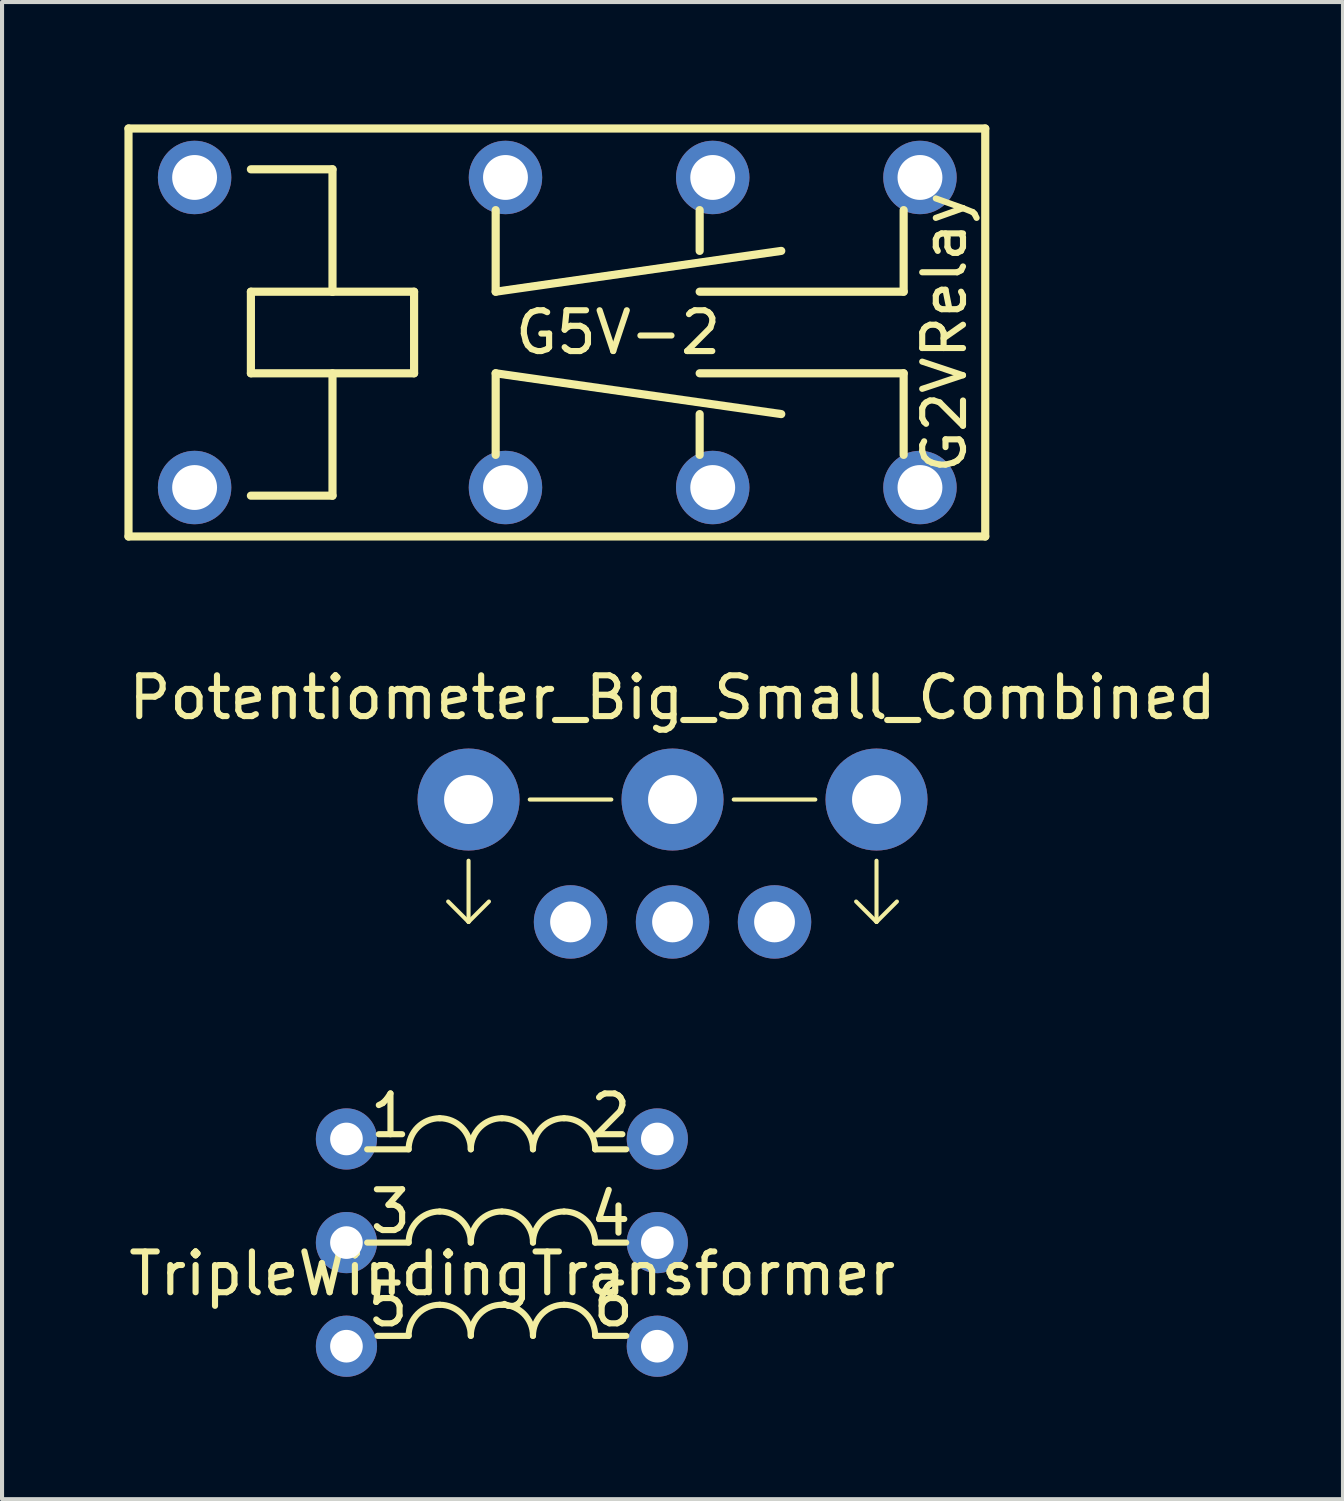
<source format=kicad_pcb>
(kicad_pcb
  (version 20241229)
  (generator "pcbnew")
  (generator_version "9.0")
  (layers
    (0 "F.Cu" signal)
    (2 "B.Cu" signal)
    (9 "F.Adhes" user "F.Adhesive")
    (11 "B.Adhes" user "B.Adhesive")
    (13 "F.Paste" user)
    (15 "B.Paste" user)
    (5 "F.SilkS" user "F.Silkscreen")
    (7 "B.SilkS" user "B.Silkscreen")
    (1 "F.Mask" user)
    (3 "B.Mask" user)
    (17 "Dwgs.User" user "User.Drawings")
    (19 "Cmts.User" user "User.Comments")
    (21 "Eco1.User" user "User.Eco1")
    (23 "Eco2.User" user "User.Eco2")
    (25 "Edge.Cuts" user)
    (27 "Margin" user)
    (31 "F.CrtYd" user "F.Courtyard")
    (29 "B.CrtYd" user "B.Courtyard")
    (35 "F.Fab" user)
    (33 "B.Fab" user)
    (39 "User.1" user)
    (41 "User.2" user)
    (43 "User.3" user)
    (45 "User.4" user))
  (footprint "Potentiometer_Big_Small_Combined"
    (layer "F.Cu")
    (at 13.435 19.548)
    (property "Reference" "Potentiometer_Big_Small_Combined" (at 0 -5.5 0) (layer "F.SilkS") (effects (font (size 1 1) (thickness 0.15))))
    (attr through_hole)
    (fp_line (start -5 -1.5) (end -5 0) (stroke (width 0.1) (type solid)) (layer "F.SilkS"))
    (fp_line (start -5 0) (end -5.5 -0.5) (stroke (width 0.1) (type solid)) (layer "F.SilkS"))
    (fp_line (start -4.5 -0.5) (end -5 0) (stroke (width 0.1) (type solid)) (layer "F.SilkS"))
    (fp_line (start -3.5 -3) (end -1.5 -3) (stroke (width 0.1) (type solid)) (layer "F.SilkS"))
    (fp_line (start 1.5 -3) (end 3.5 -3) (stroke (width 0.1) (type solid)) (layer "F.SilkS"))
    (fp_line (start 5 -1.5) (end 5 0) (stroke (width 0.1) (type solid)) (layer "F.SilkS"))
    (fp_line (start 5 0) (end 4.5 -0.5) (stroke (width 0.1) (type solid)) (layer "F.SilkS"))
    (fp_line (start 5.5 -0.5) (end 5 0) (stroke (width 0.1) (type solid)) (layer "F.SilkS"))
    (pad "1" thru_hole circle (at 2.5 0 90) (size 1.8 1.8) (drill 1) (layers "*.Cu" "*.Mask"))
    (pad "1" thru_hole circle (at 5 -3 90) (size 2.5 2.5) (drill 1.2) (layers "*.Cu" "*.Mask"))
    (pad "2" thru_hole circle (at 0 -3 90) (size 2.5 2.5) (drill 1.2) (layers "*.Cu" "*.Mask"))
    (pad "2" thru_hole circle (at 0 0 90) (size 1.8 1.8) (drill 1) (layers "*.Cu" "*.Mask"))
    (pad "3" thru_hole circle (at -5 -3 90) (size 2.5 2.5) (drill 1.2) (layers "*.Cu" "*.Mask"))
    (pad "3" thru_hole circle (at -2.5 0 90) (size 1.8 1.8) (drill 1) (layers "*.Cu" "*.Mask")))
  (footprint "G2VRelay"
    (layer "F.Cu")
    (at 4.1 5.1)
    (property "Reference" "G2VRelay" (at 16 0 90) (layer "F.SilkS") (effects (font (size 1 1) (thickness 0.15))))
    (attr through_hole)
    (fp_line (start -4 -5) (end -4 5) (stroke (width 0.2) (type solid)) (layer "F.SilkS"))
    (fp_line (start -4 5) (end 17 5) (stroke (width 0.2) (type solid)) (layer "F.SilkS"))
    (fp_line (start -1 -4) (end 1 -4) (stroke (width 0.2) (type solid)) (layer "F.SilkS"))
    (fp_line (start -1 -1) (end -1 1) (stroke (width 0.2) (type solid)) (layer "F.SilkS"))
    (fp_line (start -1 1) (end 3 1) (stroke (width 0.2) (type solid)) (layer "F.SilkS"))
    (fp_line (start -1 4) (end 1 4) (stroke (width 0.2) (type solid)) (layer "F.SilkS"))
    (fp_line (start 1 -4) (end 1 -1) (stroke (width 0.2) (type solid)) (layer "F.SilkS"))
    (fp_line (start 1 -1) (end -1 -1) (stroke (width 0.2) (type solid)) (layer "F.SilkS"))
    (fp_line (start 1 1) (end 1 4) (stroke (width 0.2) (type solid)) (layer "F.SilkS"))
    (fp_line (start 3 -1) (end 1 -1) (stroke (width 0.2) (type solid)) (layer "F.SilkS"))
    (fp_line (start 3 1) (end 3 -1) (stroke (width 0.2) (type solid)) (layer "F.SilkS"))
    (fp_line (start 5 -3) (end 5 -1) (stroke (width 0.2) (type solid)) (layer "F.SilkS"))
    (fp_line (start 5 -1) (end 12 -2) (stroke (width 0.2) (type solid)) (layer "F.SilkS"))
    (fp_line (start 5 1) (end 12 2) (stroke (width 0.2) (type solid)) (layer "F.SilkS"))
    (fp_line (start 5 3) (end 5 1) (stroke (width 0.2) (type solid)) (layer "F.SilkS"))
    (fp_line (start 10 -3) (end 10 -2) (stroke (width 0.2) (type solid)) (layer "F.SilkS"))
    (fp_line (start 10 -1) (end 15 -1) (stroke (width 0.2) (type solid)) (layer "F.SilkS"))
    (fp_line (start 10 1) (end 15 1) (stroke (width 0.2) (type solid)) (layer "F.SilkS"))
    (fp_line (start 10 3) (end 10 2) (stroke (width 0.2) (type solid)) (layer "F.SilkS"))
    (fp_line (start 15 -1) (end 15 -3) (stroke (width 0.2) (type solid)) (layer "F.SilkS"))
    (fp_line (start 15 1) (end 15 3) (stroke (width 0.2) (type solid)) (layer "F.SilkS"))
    (fp_line (start 17 -5) (end -4 -5) (stroke (width 0.2) (type solid)) (layer "F.SilkS"))
    (fp_line (start 17 5) (end 17 -5) (stroke (width 0.2) (type solid)) (layer "F.SilkS"))
    (fp_text user "G5V-2" (at 8 0 0) (layer "F.SilkS") (effects (font (size 1 1) (thickness 0.15))))
    (pad "1" thru_hole circle (at -2.38 -3.8) (size 1.8 1.8) (drill 1.1) (layers "*.Cu" "*.Mask"))
    (pad "2" thru_hole circle (at 5.24 -3.8) (size 1.8 1.8) (drill 1.1) (layers "*.Cu" "*.Mask"))
    (pad "3" thru_hole circle (at 10.32 -3.8) (size 1.8 1.8) (drill 1.1) (layers "*.Cu" "*.Mask"))
    (pad "4" thru_hole circle (at 15.4 -3.8) (size 1.8 1.8) (drill 1.1) (layers "*.Cu" "*.Mask"))
    (pad "5" thru_hole circle (at -2.38 3.8) (size 1.8 1.8) (drill 1.1) (layers "*.Cu" "*.Mask"))
    (pad "6" thru_hole circle (at 5.24 3.8) (size 1.8 1.8) (drill 1.1) (layers "*.Cu" "*.Mask"))
    (pad "7" thru_hole circle (at 10.32 3.8) (size 1.8 1.8) (drill 1.1) (layers "*.Cu" "*.Mask"))
    (pad "8" thru_hole circle (at 15.4 3.8) (size 1.8 1.8) (drill 1.1) (layers "*.Cu" "*.Mask")))
  (footprint "TripleWindingTransformer"
    (layer "F.Cu")
    (at 9.252 27.408)
    (property "Reference" "TripleWindingTransformer" (at 0.254 0.762 0) (layer "F.SilkS") (effects (font (size 1 1) (thickness 0.15))))
    (attr through_hole)
    (fp_line (start -2.286 -2.286) (end -3.302 -2.286) (stroke (width 0.15) (type solid)) (layer "F.SilkS"))
    (fp_line (start -2.286 0) (end -3.302 0) (stroke (width 0.15) (type solid)) (layer "F.SilkS"))
    (fp_line (start -2.286 2.286) (end -3.048 2.286) (stroke (width 0.15) (type solid)) (layer "F.SilkS"))
    (fp_line (start 2.286 -2.286) (end 3.048 -2.286) (stroke (width 0.15) (type solid)) (layer "F.SilkS"))
    (fp_line (start 2.286 0) (end 3.048 0) (stroke (width 0.15) (type solid)) (layer "F.SilkS"))
    (fp_line (start 2.286 2.286) (end 3.048 2.286) (stroke (width 0.15) (type solid)) (layer "F.SilkS"))
    (fp_arc (start -2.286 -2.286) (mid -2.062815 -2.824815) (end -1.524 -3.048) (stroke (width 0.15) (type solid)) (layer "F.SilkS"))
    (fp_arc (start -2.286 0) (mid -2.062815 -0.538815) (end -1.524 -0.762) (stroke (width 0.15) (type solid)) (layer "F.SilkS"))
    (fp_arc (start -2.286 2.286) (mid -2.062815 1.747185) (end -1.524 1.524) (stroke (width 0.15) (type solid)) (layer "F.SilkS"))
    (fp_arc (start -1.524 -3.048) (mid -0.985185 -2.824815) (end -0.762 -2.286) (stroke (width 0.15) (type solid)) (layer "F.SilkS"))
    (fp_arc (start -1.524 -0.762) (mid -0.985185 -0.538815) (end -0.762 0) (stroke (width 0.15) (type solid)) (layer "F.SilkS"))
    (fp_arc (start -1.524 1.524) (mid -0.985185 1.747185) (end -0.762 2.286) (stroke (width 0.15) (type solid)) (layer "F.SilkS"))
    (fp_arc (start -0.762 -2.286) (mid -0.538815 -2.824815) (end 0 -3.048) (stroke (width 0.15) (type solid)) (layer "F.SilkS"))
    (fp_arc (start -0.762 0) (mid -0.538815 -0.538815) (end 0 -0.762) (stroke (width 0.15) (type solid)) (layer "F.SilkS"))
    (fp_arc (start -0.762 2.286) (mid -0.538815 1.747185) (end 0 1.524) (stroke (width 0.15) (type solid)) (layer "F.SilkS"))
    (fp_arc (start 0 -3.048) (mid 0.538815 -2.824815) (end 0.762 -2.286) (stroke (width 0.15) (type solid)) (layer "F.SilkS"))
    (fp_arc (start 0 -0.762) (mid 0.538815 -0.538815) (end 0.762 0) (stroke (width 0.15) (type solid)) (layer "F.SilkS"))
    (fp_arc (start 0 1.524) (mid 0.538815 1.747185) (end 0.762 2.286) (stroke (width 0.15) (type solid)) (layer "F.SilkS"))
    (fp_arc (start 0.762 -2.286) (mid 0.985185 -2.824815) (end 1.524 -3.048) (stroke (width 0.15) (type solid)) (layer "F.SilkS"))
    (fp_arc (start 0.762 0) (mid 0.985185 -0.538815) (end 1.524 -0.762) (stroke (width 0.15) (type solid)) (layer "F.SilkS"))
    (fp_arc (start 0.762 2.286) (mid 0.985185 1.747185) (end 1.524 1.524) (stroke (width 0.15) (type solid)) (layer "F.SilkS"))
    (fp_arc (start 1.524 -3.048) (mid 2.062815 -2.824815) (end 2.286 -2.286) (stroke (width 0.15) (type solid)) (layer "F.SilkS"))
    (fp_arc (start 1.524 -0.762) (mid 2.062815 -0.538815) (end 2.286 0) (stroke (width 0.15) (type solid)) (layer "F.SilkS"))
    (fp_arc (start 1.524 1.524) (mid 2.062815 1.747185) (end 2.286 2.286) (stroke (width 0.15) (type solid)) (layer "F.SilkS"))
    (fp_text user "2" (at 2.667 -3.111 0) (layer "F.SilkS") (effects (font (size 1 1) (thickness 0.15))))
    (fp_text user "1" (at -2.731 -3.111 0) (layer "F.SilkS") (effects (font (size 1 1) (thickness 0.15))))
    (fp_text user "3" (at -2.731 -0.762 0) (layer "F.SilkS") (effects (font (size 1 1) (thickness 0.15))))
    (fp_text user "4" (at 2.667 -0.699 0) (layer "F.SilkS") (effects (font (size 1 1) (thickness 0.15))))
    (fp_text user "6" (at 2.731 1.524 0) (layer "F.SilkS") (effects (font (size 1 1) (thickness 0.15))))
    (fp_text user "5" (at -2.794 1.524 0) (layer "F.SilkS") (effects (font (size 1 1) (thickness 0.15))))
    (pad "1" thru_hole circle (at -3.81 -2.54) (size 1.5 1.5) (drill 0.8) (layers "*.Cu" "*.Mask"))
    (pad "2" thru_hole circle (at 3.81 -2.54) (size 1.5 1.5) (drill 0.8) (layers "*.Cu" "*.Mask"))
    (pad "3" thru_hole circle (at -3.81 0) (size 1.5 1.5) (drill 0.8) (layers "*.Cu" "*.Mask"))
    (pad "4" thru_hole circle (at 3.81 0) (size 1.5 1.5) (drill 0.8) (layers "*.Cu" "*.Mask"))
    (pad "5" thru_hole circle (at -3.81 2.54) (size 1.5 1.5) (drill 0.8) (layers "*.Cu" "*.Mask"))
    (pad "6" thru_hole circle (at 3.81 2.54) (size 1.5 1.5) (drill 0.8) (layers "*.Cu" "*.Mask")))
  (gr_rect
    (start -3 -3)
    (end 29.869 33.698)
    (stroke (width 0.1) (type default))
    (fill no)
    (layer "Edge.Cuts")))
</source>
